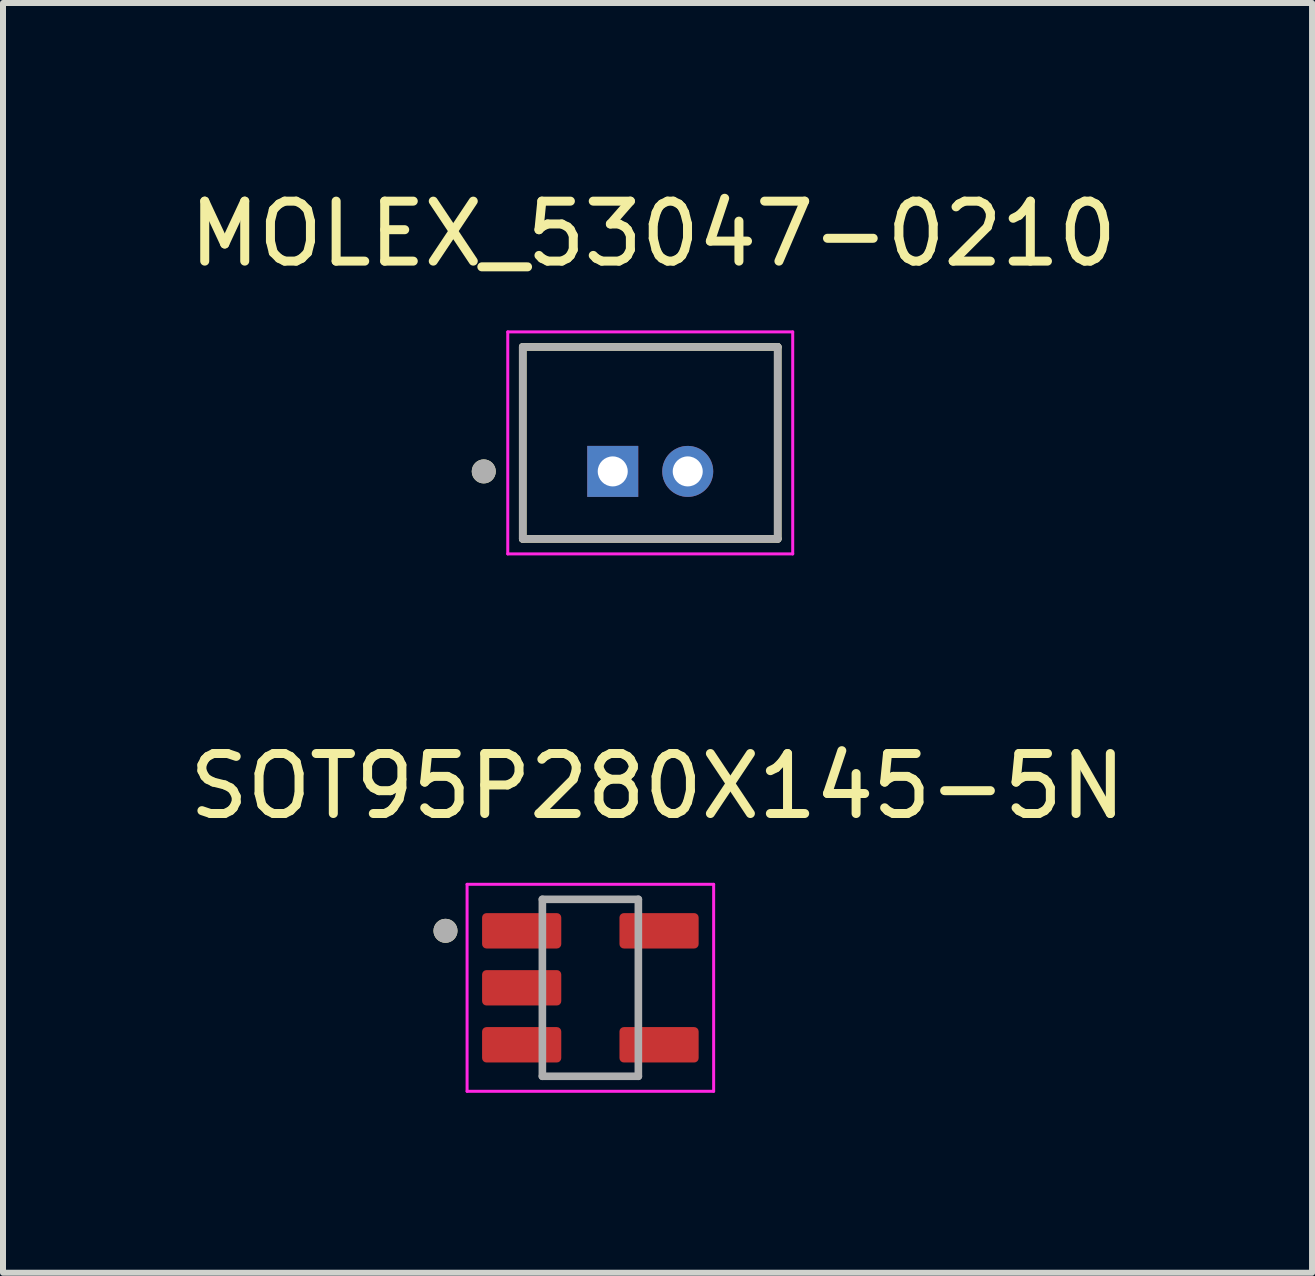
<source format=kicad_pcb>
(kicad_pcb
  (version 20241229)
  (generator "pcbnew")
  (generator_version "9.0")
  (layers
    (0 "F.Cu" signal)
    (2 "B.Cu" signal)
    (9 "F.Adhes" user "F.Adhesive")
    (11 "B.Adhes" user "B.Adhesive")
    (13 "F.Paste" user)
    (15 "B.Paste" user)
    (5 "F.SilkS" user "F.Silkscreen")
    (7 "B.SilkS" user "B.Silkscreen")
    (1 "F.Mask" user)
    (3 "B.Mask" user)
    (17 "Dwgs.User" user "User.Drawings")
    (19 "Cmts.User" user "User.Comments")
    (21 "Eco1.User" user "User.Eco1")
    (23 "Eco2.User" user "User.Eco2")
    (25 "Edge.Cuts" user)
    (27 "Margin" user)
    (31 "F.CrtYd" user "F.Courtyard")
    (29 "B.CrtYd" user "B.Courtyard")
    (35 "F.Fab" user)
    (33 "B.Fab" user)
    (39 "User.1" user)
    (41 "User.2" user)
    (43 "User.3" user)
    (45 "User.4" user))
  (footprint "SOT95P280X145-5N"
    (layer "F.Cu")
    (at 6.791 13.416)
    (property "Reference" "SOT95P280X145-5N" (at 1.12 -3.36 0) (layer "F.SilkS") (effects (font (size 1 1) (thickness 0.15))))
    (attr smd)
    (fp_circle (center -2.415 -0.95) (end -2.315 -0.95) (stroke (width 0.2) (type solid)) (fill no) (layer "F.SilkS"))
    (fp_line (start -2.055 -1.725) (end -2.055 1.725) (stroke (width 0.05) (type solid)) (layer "F.CrtYd"))
    (fp_line (start -2.055 1.725) (end 2.055 1.725) (stroke (width 0.05) (type solid)) (layer "F.CrtYd"))
    (fp_line (start 2.055 -1.725) (end -2.055 -1.725) (stroke (width 0.05) (type solid)) (layer "F.CrtYd"))
    (fp_line (start 2.055 1.725) (end 2.055 -1.725) (stroke (width 0.05) (type solid)) (layer "F.CrtYd"))
    (fp_line (start -0.8 -1.475) (end 0.8 -1.475) (stroke (width 0.127) (type solid)) (layer "F.Fab"))
    (fp_line (start -0.8 1.475) (end -0.8 -1.475) (stroke (width 0.127) (type solid)) (layer "F.Fab"))
    (fp_line (start 0.8 -1.475) (end 0.8 1.475) (stroke (width 0.127) (type solid)) (layer "F.Fab"))
    (fp_line (start 0.8 1.475) (end -0.8 1.475) (stroke (width 0.127) (type solid)) (layer "F.Fab"))
    (fp_circle (center -2.415 -0.95) (end -2.315 -0.95) (stroke (width 0.2) (type solid)) (fill no) (layer "F.Fab"))
    (pad "1" smd roundrect (at -1.145 -0.95) (size 1.32 0.59) (layers "F.Cu" "F.Mask" "F.Paste") (roundrect_rratio 0.125))
    (pad "2" smd roundrect (at -1.145 0) (size 1.32 0.59) (layers "F.Cu" "F.Mask" "F.Paste") (roundrect_rratio 0.125))
    (pad "3" smd roundrect (at -1.145 0.95) (size 1.32 0.59) (layers "F.Cu" "F.Mask" "F.Paste") (roundrect_rratio 0.125))
    (pad "4" smd roundrect (at 1.145 0.95) (size 1.32 0.59) (layers "F.Cu" "F.Mask" "F.Paste") (roundrect_rratio 0.125))
    (pad "5" smd roundrect (at 1.145 -0.95) (size 1.32 0.59) (layers "F.Cu" "F.Mask" "F.Paste") (roundrect_rratio 0.125)))
  (footprint "MOLEX_53047-0210"
    (layer "F.Cu")
    (at 7.789 4.808)
    (property "Reference" "MOLEX_53047-0210" (at 0.05 -3.96 0) (layer "F.SilkS") (effects (font (size 1 1) (thickness 0.15))))
    (attr through_hole)
    (fp_line (start -2.125 1.125) (end -2.125 -2.075) (stroke (width 0.127) (type solid)) (layer "F.SilkS"))
    (fp_line (start 2.125 -2.075) (end -2.125 -2.075) (stroke (width 0.127) (type solid)) (layer "F.SilkS"))
    (fp_line (start 2.125 -2.075) (end 2.125 1.125) (stroke (width 0.127) (type solid)) (layer "F.SilkS"))
    (fp_line (start 2.125 1.125) (end -2.125 1.125) (stroke (width 0.127) (type solid)) (layer "F.SilkS"))
    (fp_circle (center -2.775 0) (end -2.675 0) (stroke (width 0.2) (type solid)) (fill no) (layer "F.SilkS"))
    (fp_line (start -2.375 -2.325) (end 2.375 -2.325) (stroke (width 0.05) (type solid)) (layer "F.CrtYd"))
    (fp_line (start -2.375 1.375) (end -2.375 -2.325) (stroke (width 0.05) (type solid)) (layer "F.CrtYd"))
    (fp_line (start 2.375 -2.325) (end 2.375 1.375) (stroke (width 0.05) (type solid)) (layer "F.CrtYd"))
    (fp_line (start 2.375 1.375) (end -2.375 1.375) (stroke (width 0.05) (type solid)) (layer "F.CrtYd"))
    (fp_line (start -2.125 -2.075) (end 2.125 -2.075) (stroke (width 0.127) (type solid)) (layer "F.Fab"))
    (fp_line (start -2.125 1.125) (end -2.125 -2.075) (stroke (width 0.127) (type solid)) (layer "F.Fab"))
    (fp_line (start 2.125 -2.075) (end 2.125 1.125) (stroke (width 0.127) (type solid)) (layer "F.Fab"))
    (fp_line (start 2.125 1.125) (end -2.125 1.125) (stroke (width 0.127) (type solid)) (layer "F.Fab"))
    (fp_circle (center -2.775 0) (end -2.675 0) (stroke (width 0.2) (type solid)) (fill no) (layer "F.Fab"))
    (pad "01" thru_hole rect (at -0.625 0) (size 0.85 0.85) (drill 0.5) (layers "*.Cu" "*.Mask"))
    (pad "02" thru_hole circle (at 0.625 0) (size 0.85 0.85) (drill 0.5) (layers "*.Cu" "*.Mask")))
  (gr_rect
    (start -3 -3)
    (end 18.821 18.166)
    (stroke (width 0.1) (type default))
    (fill no)
    (layer "Edge.Cuts")))
</source>
